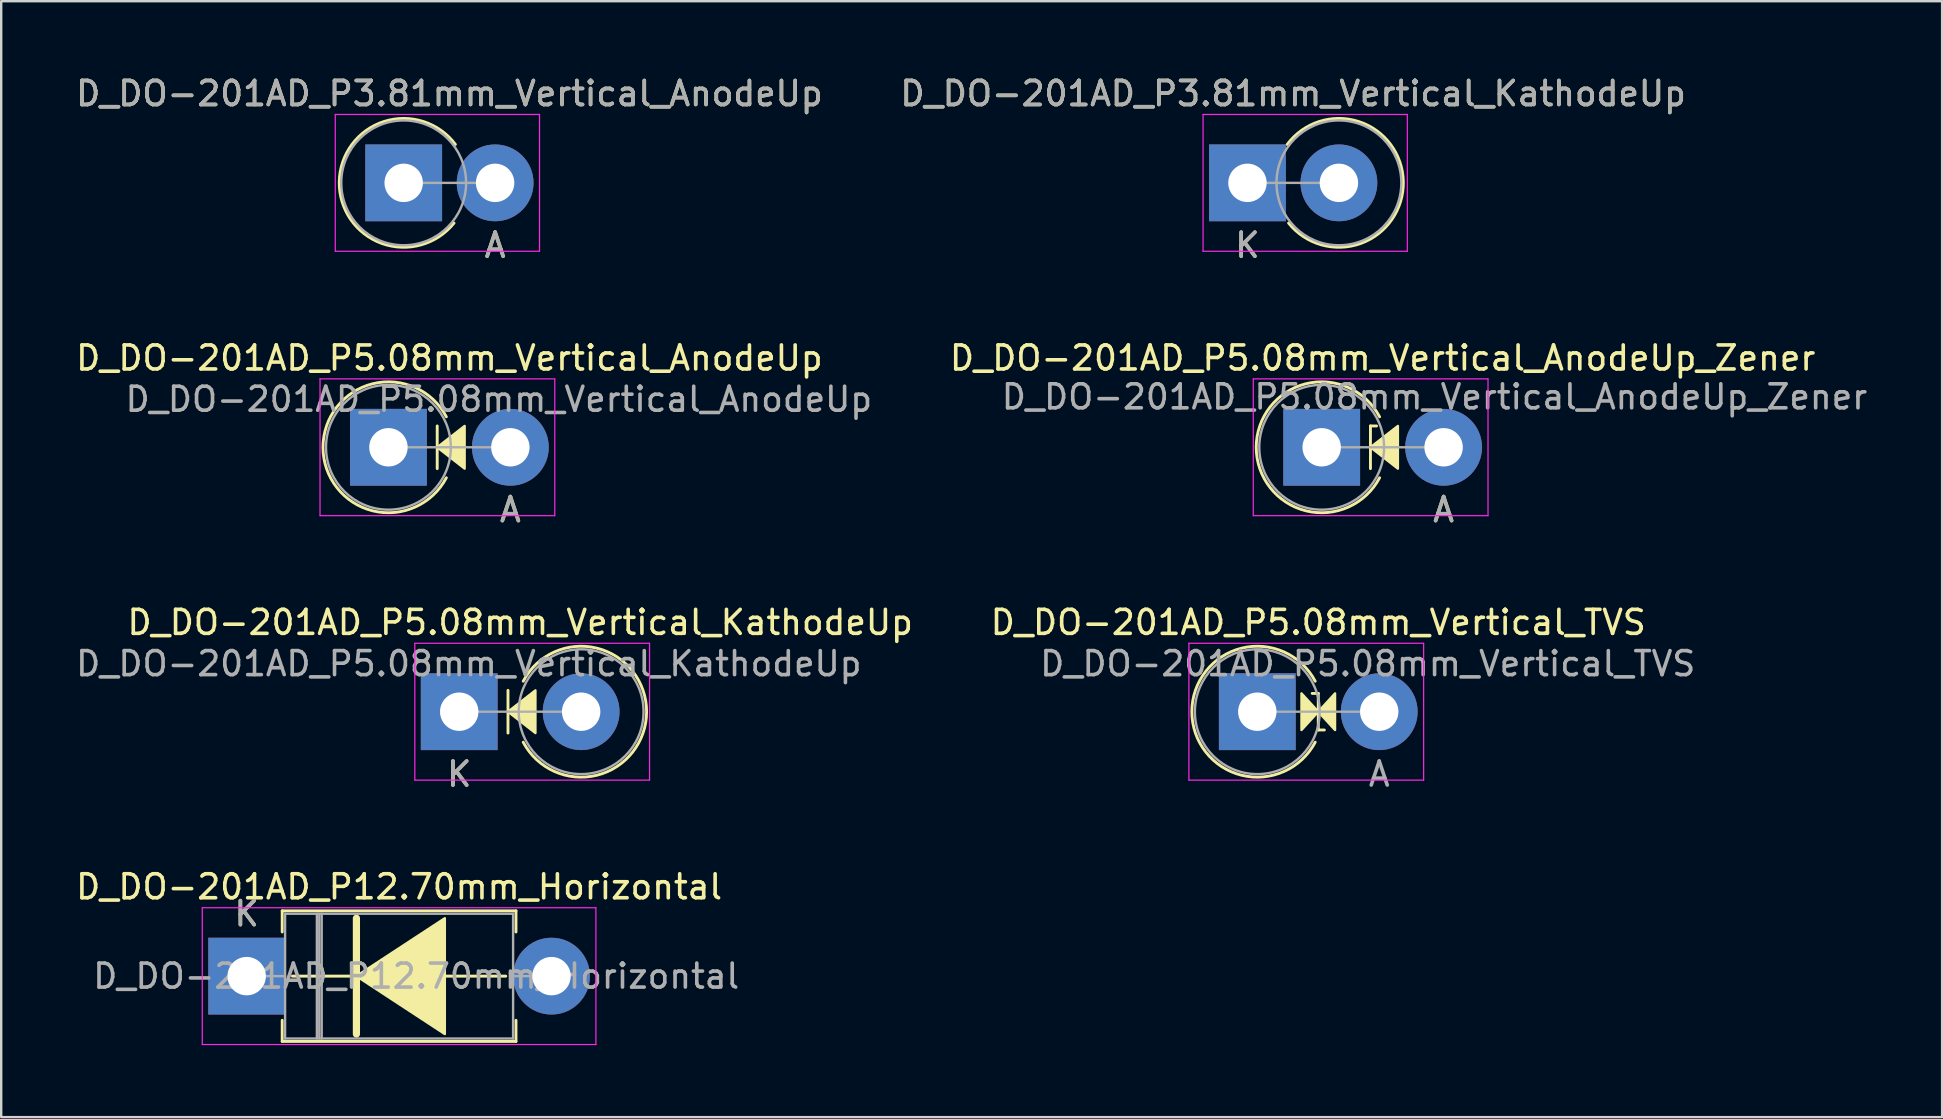
<source format=kicad_pcb>
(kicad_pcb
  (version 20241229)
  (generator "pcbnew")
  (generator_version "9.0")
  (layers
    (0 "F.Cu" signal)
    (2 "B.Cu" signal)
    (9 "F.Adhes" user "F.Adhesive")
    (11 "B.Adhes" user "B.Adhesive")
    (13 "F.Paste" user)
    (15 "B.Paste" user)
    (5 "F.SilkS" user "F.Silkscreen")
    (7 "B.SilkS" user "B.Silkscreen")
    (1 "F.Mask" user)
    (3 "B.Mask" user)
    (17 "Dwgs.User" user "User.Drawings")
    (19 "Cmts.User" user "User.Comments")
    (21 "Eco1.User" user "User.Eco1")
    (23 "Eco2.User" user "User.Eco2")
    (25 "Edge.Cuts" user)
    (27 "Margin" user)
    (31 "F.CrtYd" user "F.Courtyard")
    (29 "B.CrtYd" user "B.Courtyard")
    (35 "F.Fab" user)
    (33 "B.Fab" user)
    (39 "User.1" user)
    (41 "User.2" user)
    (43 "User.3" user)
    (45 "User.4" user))
  (footprint "D_DO-201AD_P5.08mm_Vertical_TVS"
    (layer "F.Cu")
    (at 49.332 26.601)
    (property "Reference" "D_DO-201AD_P5.08mm_Vertical_TVS" (at 2.54 -3.72 0) (layer "F.SilkS") (effects (font (size 1 1) (thickness 0.15))))
    (attr through_hole)
    (fp_line (start 2.54 -0.762) (end 2.286 -0.762) (stroke (width 0.12) (type solid)) (layer "F.SilkS"))
    (fp_line (start 2.54 -0.762) (end 2.54 0.762) (stroke (width 0.12) (type solid)) (layer "F.SilkS"))
    (fp_line (start 2.54 0.762) (end 2.794 0.762) (stroke (width 0.12) (type solid)) (layer "F.SilkS"))
    (fp_arc (start 2.412999 1.27) (mid -2.726805 0) (end 2.412999 -1.269999) (stroke (width 0.12) (type solid)) (layer "F.SilkS"))
    (fp_poly (pts (xy 1.841 -0.762) (xy 2.54 0) (xy 1.841 0.762)) (stroke (width 0.1) (type solid)) (fill yes) (layer "F.SilkS"))
    (fp_poly (pts (xy 3.239 0.762) (xy 2.54 0) (xy 3.239 -0.762)) (stroke (width 0.1) (type solid)) (fill yes) (layer "F.SilkS"))
    (fp_line (start -2.85 -2.85) (end -2.85 2.85) (stroke (width 0.05) (type solid)) (layer "F.CrtYd"))
    (fp_line (start -2.85 2.85) (end 6.93 2.85) (stroke (width 0.05) (type solid)) (layer "F.CrtYd"))
    (fp_line (start 6.93 -2.85) (end -2.85 -2.85) (stroke (width 0.05) (type solid)) (layer "F.CrtYd"))
    (fp_line (start 6.93 2.85) (end 6.93 -2.85) (stroke (width 0.05) (type solid)) (layer "F.CrtYd"))
    (fp_line (start 0 0) (end 5.08 0) (stroke (width 0.1) (type solid)) (layer "F.Fab"))
    (fp_circle (center 0 0) (end 2.6 0) (stroke (width 0.1) (type solid)) (fill no) (layer "F.Fab"))
    (fp_text user "${REFERENCE}" (at 4.6 -2 0) (layer "F.Fab") (effects (font (size 1 1) (thickness 0.15))))
    (fp_text user "A" (at 5.08 2.6 0) (layer "F.Fab") (effects (font (size 1 1) (thickness 0.15))))
    (pad "1" thru_hole rect (at 0 0) (size 3.2 3.2) (drill 1.6) (layers "*.Cu" "*.Mask"))
    (pad "2" thru_hole oval (at 5.08 0) (size 3.2 3.2) (drill 1.6) (layers "*.Cu" "*.Mask")))
  (footprint "D_DO-201AD_P5.08mm_Vertical_AnodeUp"
    (layer "F.Cu")
    (at 13.133 15.585)
    (property "Reference" "D_DO-201AD_P5.08mm_Vertical_AnodeUp" (at 2.54 -3.72 0) (layer "F.SilkS") (effects (font (size 1 1) (thickness 0.15))))
    (attr through_hole)
    (fp_line (start 2.032 0.889) (end 2.032 -0.889) (stroke (width 0.12) (type solid)) (layer "F.SilkS"))
    (fp_arc (start 2.412999 1.27) (mid -2.726805 0) (end 2.412999 -1.269999) (stroke (width 0.12) (type solid)) (layer "F.SilkS"))
    (fp_poly (pts (xy 3.175 0.889) (xy 2.032 0) (xy 3.175 -0.889)) (stroke (width 0.1) (type solid)) (fill yes) (layer "F.SilkS"))
    (fp_line (start -2.85 -2.85) (end -2.85 2.85) (stroke (width 0.05) (type solid)) (layer "F.CrtYd"))
    (fp_line (start -2.85 2.85) (end 6.93 2.85) (stroke (width 0.05) (type solid)) (layer "F.CrtYd"))
    (fp_line (start 6.93 -2.85) (end -2.85 -2.85) (stroke (width 0.05) (type solid)) (layer "F.CrtYd"))
    (fp_line (start 6.93 2.85) (end 6.93 -2.85) (stroke (width 0.05) (type solid)) (layer "F.CrtYd"))
    (fp_line (start 0 0) (end 5.08 0) (stroke (width 0.1) (type solid)) (layer "F.Fab"))
    (fp_circle (center 0 0) (end 2.6 0) (stroke (width 0.1) (type solid)) (fill no) (layer "F.Fab"))
    (fp_text user "A" (at 5.08 2.6 0) (layer "F.SilkS") (effects (font (size 1 1) (thickness 0.15))))
    (fp_text user "A" (at 5.08 2.6 0) (layer "F.Fab") (effects (font (size 1 1) (thickness 0.15))))
    (fp_text user "${REFERENCE}" (at 4.6 -2 0) (layer "F.Fab") (effects (font (size 1 1) (thickness 0.15))))
    (pad "1" thru_hole rect (at 0 0) (size 3.2 3.2) (drill 1.6) (layers "*.Cu" "*.Mask"))
    (pad "2" thru_hole oval (at 5.08 0) (size 3.2 3.2) (drill 1.6) (layers "*.Cu" "*.Mask")))
  (footprint "D_DO-201AD_P5.08mm_Vertical_AnodeUp_Zener"
    (layer "F.Cu")
    (at 52.014 15.585)
    (property "Reference" "D_DO-201AD_P5.08mm_Vertical_AnodeUp_Zener" (at 2.54 -3.72 0) (layer "F.SilkS") (effects (font (size 1 1) (thickness 0.15))))
    (attr through_hole)
    (fp_line (start 2.032 -0.889) (end 2.286 -0.889) (stroke (width 0.12) (type solid)) (layer "F.SilkS"))
    (fp_line (start 2.032 0.889) (end 2.032 -0.889) (stroke (width 0.12) (type solid)) (layer "F.SilkS"))
    (fp_arc (start 2.412999 1.27) (mid -2.726805 0) (end 2.412999 -1.269999) (stroke (width 0.12) (type solid)) (layer "F.SilkS"))
    (fp_poly (pts (xy 3.175 0.889) (xy 2.032 0) (xy 3.175 -0.889)) (stroke (width 0.1) (type solid)) (fill yes) (layer "F.SilkS"))
    (fp_line (start -2.85 -2.85) (end -2.85 2.85) (stroke (width 0.05) (type solid)) (layer "F.CrtYd"))
    (fp_line (start -2.85 2.85) (end 6.93 2.85) (stroke (width 0.05) (type solid)) (layer "F.CrtYd"))
    (fp_line (start 6.93 -2.85) (end -2.85 -2.85) (stroke (width 0.05) (type solid)) (layer "F.CrtYd"))
    (fp_line (start 6.93 2.85) (end 6.93 -2.85) (stroke (width 0.05) (type solid)) (layer "F.CrtYd"))
    (fp_line (start 0 0) (end 5.08 0) (stroke (width 0.1) (type solid)) (layer "F.Fab"))
    (fp_circle (center 0 0) (end 2.6 0) (stroke (width 0.1) (type solid)) (fill no) (layer "F.Fab"))
    (fp_text user "A" (at 5.08 2.6 0) (layer "F.SilkS") (effects (font (size 1 1) (thickness 0.15))))
    (fp_text user "A" (at 5.08 2.6 0) (layer "F.Fab") (effects (font (size 1 1) (thickness 0.15))))
    (fp_text user "${REFERENCE}" (at 4.7 -2.1 0) (layer "F.Fab") (effects (font (size 1 1) (thickness 0.15))))
    (pad "1" thru_hole rect (at 0 0) (size 3.2 3.2) (drill 1.6) (layers "*.Cu" "*.Mask"))
    (pad "2" thru_hole oval (at 5.08 0) (size 3.2 3.2) (drill 1.6) (layers "*.Cu" "*.Mask")))
  (footprint "D_DO-201AD_P3.81mm_Vertical_KathodeUp"
    (layer "F.Cu")
    (at 48.922 4.568)
    (property "Reference" "D_DO-201AD_P3.81mm_Vertical_KathodeUp" (at 1.905 -3.72 0) (layer "F.SilkS") (effects (font (size 1 1) (thickness 0.15))))
    (attr through_hole)
    (fp_arc (start 1.655284 -1.6) (mid 6.493382 -0.047582) (end 1.713364 1.675386) (stroke (width 0.12) (type solid)) (layer "F.SilkS"))
    (fp_line (start -1.85 -2.85) (end -1.85 2.85) (stroke (width 0.05) (type solid)) (layer "F.CrtYd"))
    (fp_line (start -1.85 2.85) (end 6.66 2.85) (stroke (width 0.05) (type solid)) (layer "F.CrtYd"))
    (fp_line (start 6.66 -2.85) (end -1.85 -2.85) (stroke (width 0.05) (type solid)) (layer "F.CrtYd"))
    (fp_line (start 6.66 2.85) (end 6.66 -2.85) (stroke (width 0.05) (type solid)) (layer "F.CrtYd"))
    (fp_line (start 0 0) (end 3.81 0) (stroke (width 0.1) (type solid)) (layer "F.Fab"))
    (fp_circle (center 3.81 0) (end 6.41 0) (stroke (width 0.1) (type solid)) (fill no) (layer "F.Fab"))
    (fp_text user "K" (at 0 2.6 0) (layer "F.SilkS") (effects (font (size 1 1) (thickness 0.15))))
    (fp_text user "K" (at 0 2.6 0) (layer "F.Fab") (effects (font (size 1 1) (thickness 0.15))))
    (fp_text user "${REFERENCE}" (at 1.905 -3.72 0) (layer "F.Fab") (effects (font (size 1 1) (thickness 0.15))))
    (pad "1" thru_hole rect (at 0 0) (size 3.2 3.2) (drill 1.6) (layers "*.Cu" "*.Mask"))
    (pad "2" thru_hole oval (at 3.81 0) (size 3.2 3.2) (drill 1.6) (layers "*.Cu" "*.Mask")))
  (footprint "D_DO-201AD_P5.08mm_Vertical_KathodeUp"
    (layer "F.Cu")
    (at 16.082 26.601)
    (property "Reference" "D_DO-201AD_P5.08mm_Vertical_KathodeUp" (at 2.54 -3.72 0) (layer "F.SilkS") (effects (font (size 1 1) (thickness 0.15))))
    (attr through_hole)
    (fp_line (start 2.032 0.889) (end 2.032 -0.889) (stroke (width 0.12) (type solid)) (layer "F.SilkS"))
    (fp_arc (start 2.667 -1.269999) (mid 7.806803 0) (end 2.667 1.27) (stroke (width 0.12) (type solid)) (layer "F.SilkS"))
    (fp_poly (pts (xy 3.175 0.889) (xy 2.032 0) (xy 3.175 -0.889)) (stroke (width 0.1) (type solid)) (fill yes) (layer "F.SilkS"))
    (fp_line (start -1.85 -2.85) (end -1.85 2.85) (stroke (width 0.05) (type solid)) (layer "F.CrtYd"))
    (fp_line (start -1.85 2.85) (end 7.93 2.85) (stroke (width 0.05) (type solid)) (layer "F.CrtYd"))
    (fp_line (start 7.93 -2.85) (end -1.85 -2.85) (stroke (width 0.05) (type solid)) (layer "F.CrtYd"))
    (fp_line (start 7.93 2.85) (end 7.93 -2.85) (stroke (width 0.05) (type solid)) (layer "F.CrtYd"))
    (fp_line (start 0 0) (end 5.08 0) (stroke (width 0.1) (type solid)) (layer "F.Fab"))
    (fp_circle (center 5.08 0) (end 7.68 0) (stroke (width 0.1) (type solid)) (fill no) (layer "F.Fab"))
    (fp_text user "K" (at 0 2.6 0) (layer "F.SilkS") (effects (font (size 1 1) (thickness 0.15))))
    (fp_text user "K" (at 0 2.6 0) (layer "F.Fab") (effects (font (size 1 1) (thickness 0.15))))
    (fp_text user "${REFERENCE}" (at 0.4 -2 0) (layer "F.Fab") (effects (font (size 1 1) (thickness 0.15))))
    (pad "1" thru_hole rect (at 0 0) (size 3.2 3.2) (drill 1.6) (layers "*.Cu" "*.Mask"))
    (pad "2" thru_hole oval (at 5.08 0) (size 3.2 3.2) (drill 1.6) (layers "*.Cu" "*.Mask")))
  (footprint "D_DO-201AD_P12.70mm_Horizontal"
    (layer "F.Cu")
    (at 7.227 37.618)
    (property "Reference" "D_DO-201AD_P12.70mm_Horizontal" (at 6.35 -3.72 0) (layer "F.SilkS") (effects (font (size 1 1) (thickness 0.15))))
    (attr through_hole)
    (fp_line (start 1.48 -2.72) (end 11.22 -2.72) (stroke (width 0.12) (type solid)) (layer "F.SilkS"))
    (fp_line (start 1.48 -1.84) (end 1.48 -2.72) (stroke (width 0.12) (type solid)) (layer "F.SilkS"))
    (fp_line (start 1.48 1.84) (end 1.48 2.72) (stroke (width 0.12) (type solid)) (layer "F.SilkS"))
    (fp_line (start 1.48 2.72) (end 11.22 2.72) (stroke (width 0.12) (type solid)) (layer "F.SilkS"))
    (fp_line (start 4.445 0) (end 1.905 0) (stroke (width 0.12) (type solid)) (layer "F.SilkS"))
    (fp_line (start 4.572 -2.413) (end 4.572 2.413) (stroke (width 0.3) (type solid)) (layer "F.SilkS"))
    (fp_line (start 8.255 0) (end 10.795 0) (stroke (width 0.12) (type solid)) (layer "F.SilkS"))
    (fp_line (start 11.22 -2.72) (end 11.22 -1.84) (stroke (width 0.12) (type solid)) (layer "F.SilkS"))
    (fp_line (start 11.22 2.72) (end 11.22 1.84) (stroke (width 0.12) (type solid)) (layer "F.SilkS"))
    (fp_poly (pts (xy 8.255 2.413) (xy 4.572 0) (xy 8.255 -2.413)) (stroke (width 0.1) (type solid)) (fill yes) (layer "F.SilkS"))
    (fp_line (start -1.85 -2.85) (end -1.85 2.85) (stroke (width 0.05) (type solid)) (layer "F.CrtYd"))
    (fp_line (start -1.85 2.85) (end 14.55 2.85) (stroke (width 0.05) (type solid)) (layer "F.CrtYd"))
    (fp_line (start 14.55 -2.85) (end -1.85 -2.85) (stroke (width 0.05) (type solid)) (layer "F.CrtYd"))
    (fp_line (start 14.55 2.85) (end 14.55 -2.85) (stroke (width 0.05) (type solid)) (layer "F.CrtYd"))
    (fp_line (start 0 0) (end 1.6 0) (stroke (width 0.1) (type solid)) (layer "F.Fab"))
    (fp_line (start 1.6 -2.6) (end 1.6 2.6) (stroke (width 0.1) (type solid)) (layer "F.Fab"))
    (fp_line (start 1.6 2.6) (end 11.1 2.6) (stroke (width 0.1) (type solid)) (layer "F.Fab"))
    (fp_line (start 2.925 -2.6) (end 2.925 2.6) (stroke (width 0.1) (type solid)) (layer "F.Fab"))
    (fp_line (start 3.025 -2.6) (end 3.025 2.6) (stroke (width 0.1) (type solid)) (layer "F.Fab"))
    (fp_line (start 3.125 -2.6) (end 3.125 2.6) (stroke (width 0.1) (type solid)) (layer "F.Fab"))
    (fp_line (start 11.1 -2.6) (end 1.6 -2.6) (stroke (width 0.1) (type solid)) (layer "F.Fab"))
    (fp_line (start 11.1 2.6) (end 11.1 -2.6) (stroke (width 0.1) (type solid)) (layer "F.Fab"))
    (fp_line (start 12.7 0) (end 11.1 0) (stroke (width 0.1) (type solid)) (layer "F.Fab"))
    (fp_text user "K" (at 0 -2.6 0) (layer "F.SilkS") (effects (font (size 1 1) (thickness 0.15))))
    (fp_text user "K" (at 0 -2.6 0) (layer "F.Fab") (effects (font (size 1 1) (thickness 0.15))))
    (fp_text user "${REFERENCE}" (at 7.062 0 0) (layer "F.Fab") (effects (font (size 1 1) (thickness 0.15))))
    (pad "1" thru_hole rect (at 0 0) (size 3.2 3.2) (drill 1.6) (layers "*.Cu" "*.Mask"))
    (pad "2" thru_hole oval (at 12.7 0) (size 3.2 3.2) (drill 1.6) (layers "*.Cu" "*.Mask")))
  (footprint "D_DO-201AD_P3.81mm_Vertical_AnodeUp"
    (layer "F.Cu")
    (at 13.768 4.568)
    (property "Reference" "D_DO-201AD_P3.81mm_Vertical_AnodeUp" (at 1.905 -3.72 0) (layer "F.SilkS") (effects (font (size 1 1) (thickness 0.15))))
    (attr through_hole)
    (fp_arc (start 2.096636 1.675386) (mid -2.683382 -0.047582) (end 2.154716 -1.6) (stroke (width 0.12) (type solid)) (layer "F.SilkS"))
    (fp_line (start -2.85 -2.85) (end -2.85 2.85) (stroke (width 0.05) (type solid)) (layer "F.CrtYd"))
    (fp_line (start -2.85 2.85) (end 5.66 2.85) (stroke (width 0.05) (type solid)) (layer "F.CrtYd"))
    (fp_line (start 5.66 -2.85) (end -2.85 -2.85) (stroke (width 0.05) (type solid)) (layer "F.CrtYd"))
    (fp_line (start 5.66 2.85) (end 5.66 -2.85) (stroke (width 0.05) (type solid)) (layer "F.CrtYd"))
    (fp_line (start 0 0) (end 3.81 0) (stroke (width 0.1) (type solid)) (layer "F.Fab"))
    (fp_circle (center 0 0) (end 2.6 0) (stroke (width 0.1) (type solid)) (fill no) (layer "F.Fab"))
    (fp_text user "A" (at 3.81 2.6 0) (layer "F.SilkS") (effects (font (size 1 1) (thickness 0.15))))
    (fp_text user "A" (at 3.81 2.6 0) (layer "F.Fab") (effects (font (size 1 1) (thickness 0.15))))
    (fp_text user "${REFERENCE}" (at 1.905 -3.72 0) (layer "F.Fab") (effects (font (size 1 1) (thickness 0.15))))
    (pad "1" thru_hole rect (at 0 0) (size 3.2 3.2) (drill 1.6) (layers "*.Cu" "*.Mask"))
    (pad "2" thru_hole oval (at 3.81 0) (size 3.2 3.2) (drill 1.6) (layers "*.Cu" "*.Mask")))
  (gr_rect
    (start -3 -3)
    (end 77.863 43.493)
    (stroke (width 0.1) (type default))
    (fill no)
    (layer "Edge.Cuts")))
</source>
